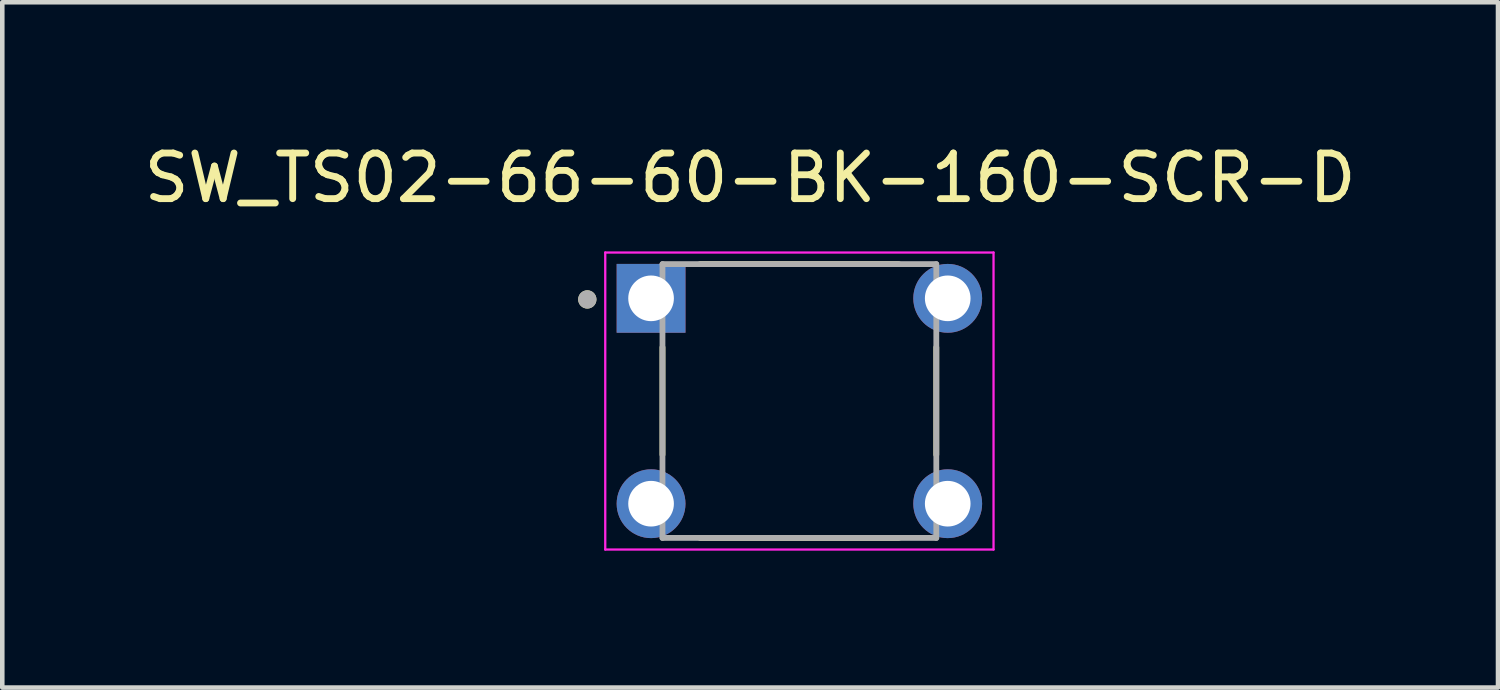
<source format=kicad_pcb>
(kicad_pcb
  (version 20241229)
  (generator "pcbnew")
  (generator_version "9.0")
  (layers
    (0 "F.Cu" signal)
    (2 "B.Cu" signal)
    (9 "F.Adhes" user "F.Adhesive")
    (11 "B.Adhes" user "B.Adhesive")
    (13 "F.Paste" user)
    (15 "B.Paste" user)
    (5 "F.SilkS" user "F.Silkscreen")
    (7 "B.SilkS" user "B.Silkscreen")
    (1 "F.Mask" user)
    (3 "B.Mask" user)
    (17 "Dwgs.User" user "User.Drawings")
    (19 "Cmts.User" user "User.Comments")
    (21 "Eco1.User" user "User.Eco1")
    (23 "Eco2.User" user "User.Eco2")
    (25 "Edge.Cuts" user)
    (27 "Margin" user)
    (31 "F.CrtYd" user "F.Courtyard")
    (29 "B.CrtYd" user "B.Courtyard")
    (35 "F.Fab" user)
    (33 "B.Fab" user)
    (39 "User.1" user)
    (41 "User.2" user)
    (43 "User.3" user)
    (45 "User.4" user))
  (footprint "SW_TS02-66-60-BK-160-SCR-D"
    (layer "F.Cu")
    (at 14.466 5.737)
    (property "Reference" "SW_TS02-66-60-BK-160-SCR-D" (at -1.079 -4.889 0) (layer "F.SilkS") (effects (font (size 1 1) (thickness 0.15))))
    (attr through_hole)
    (fp_line (start -3 -1.176) (end -3 1.176) (stroke (width 0.127) (type solid)) (layer "F.SilkS"))
    (fp_line (start -2.176 -3) (end 2.176 -3) (stroke (width 0.127) (type solid)) (layer "F.SilkS"))
    (fp_line (start -2.176 3) (end 2.176 3) (stroke (width 0.127) (type solid)) (layer "F.SilkS"))
    (fp_line (start 3 -1.176) (end 3 1.176) (stroke (width 0.127) (type solid)) (layer "F.SilkS"))
    (fp_circle (center -4.647 -2.226) (end -4.547 -2.226) (stroke (width 0.2) (type solid)) (fill no) (layer "F.SilkS"))
    (fp_line (start -4.254 -3.254) (end -4.254 3.254) (stroke (width 0.05) (type solid)) (layer "F.CrtYd"))
    (fp_line (start -4.254 3.254) (end 4.254 3.254) (stroke (width 0.05) (type solid)) (layer "F.CrtYd"))
    (fp_line (start 4.254 -3.254) (end -4.254 -3.254) (stroke (width 0.05) (type solid)) (layer "F.CrtYd"))
    (fp_line (start 4.254 3.254) (end 4.254 -3.254) (stroke (width 0.05) (type solid)) (layer "F.CrtYd"))
    (fp_line (start -3 -3) (end 3 -3) (stroke (width 0.127) (type solid)) (layer "F.Fab"))
    (fp_line (start -3 3) (end -3 -3) (stroke (width 0.127) (type solid)) (layer "F.Fab"))
    (fp_line (start 3 -3) (end 3 3) (stroke (width 0.127) (type solid)) (layer "F.Fab"))
    (fp_line (start 3 3) (end -3 3) (stroke (width 0.127) (type solid)) (layer "F.Fab"))
    (fp_circle (center -4.647 -2.226) (end -4.547 -2.226) (stroke (width 0.2) (type solid)) (fill no) (layer "F.Fab"))
    (pad "1" thru_hole rect (at -3.25 -2.25) (size 1.508 1.508) (drill 1) (layers "*.Cu" "*.Mask"))
    (pad "2" thru_hole circle (at 3.25 -2.25) (size 1.508 1.508) (drill 1) (layers "*.Cu" "*.Mask"))
    (pad "3" thru_hole circle (at -3.25 2.25) (size 1.508 1.508) (drill 1) (layers "*.Cu" "*.Mask"))
    (pad "4" thru_hole circle (at 3.25 2.25) (size 1.508 1.508) (drill 1) (layers "*.Cu" "*.Mask")))
  (gr_rect
    (start -3 -3)
    (end 29.774 12.016)
    (stroke (width 0.1) (type default))
    (fill no)
    (layer "Edge.Cuts")))
</source>
